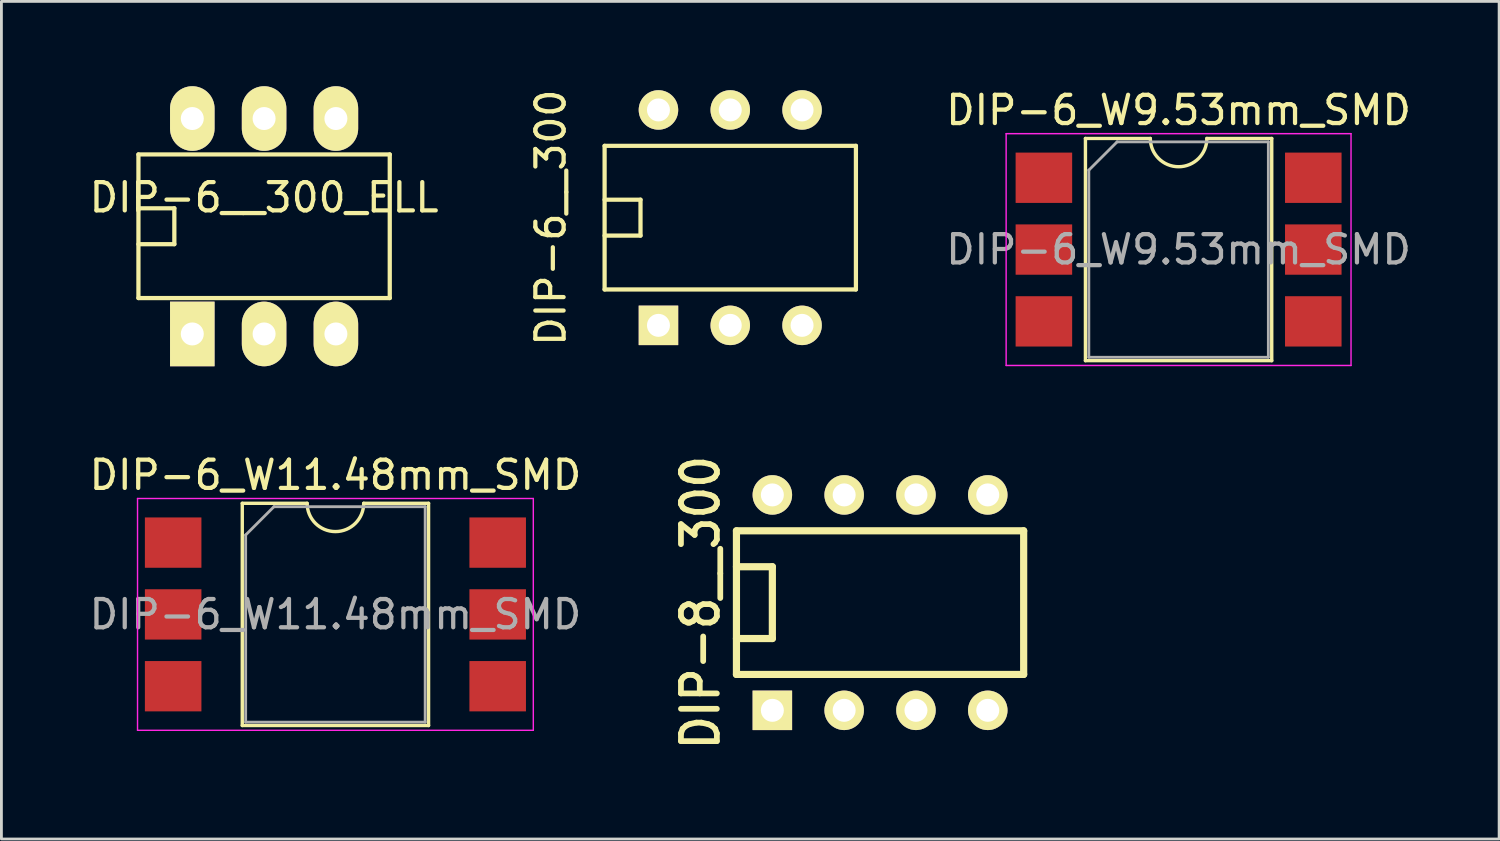
<source format=kicad_pcb>
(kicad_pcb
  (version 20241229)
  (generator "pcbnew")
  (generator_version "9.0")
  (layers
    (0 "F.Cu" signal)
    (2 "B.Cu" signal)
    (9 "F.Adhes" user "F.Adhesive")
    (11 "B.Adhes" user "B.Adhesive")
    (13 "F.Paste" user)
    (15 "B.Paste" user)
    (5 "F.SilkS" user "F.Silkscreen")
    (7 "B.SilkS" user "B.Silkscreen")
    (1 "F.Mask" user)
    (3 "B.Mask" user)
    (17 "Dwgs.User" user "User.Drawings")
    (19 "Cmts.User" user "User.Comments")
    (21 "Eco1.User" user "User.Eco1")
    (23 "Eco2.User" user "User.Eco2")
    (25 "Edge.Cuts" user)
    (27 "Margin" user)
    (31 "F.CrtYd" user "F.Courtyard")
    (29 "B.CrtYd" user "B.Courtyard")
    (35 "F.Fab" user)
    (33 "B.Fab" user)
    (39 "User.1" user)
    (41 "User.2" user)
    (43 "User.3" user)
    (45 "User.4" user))
  (footprint "DIP-6__300_ELL"
    (layer "F.Cu")
    (at 6.292 4.953)
    (property "Reference" "DIP-6__300_ELL" (at 0 -1.016 0) (layer "F.SilkS") (effects (font (size 1 1) (thickness 0.15))))
    (attr through_hole)
    (fp_line (start -4.445 -2.54) (end 4.445 -2.54) (stroke (width 0.15) (type solid)) (layer "F.SilkS"))
    (fp_line (start -4.445 -0.635) (end -3.175 -0.635) (stroke (width 0.15) (type solid)) (layer "F.SilkS"))
    (fp_line (start -4.445 2.54) (end -4.445 -2.54) (stroke (width 0.15) (type solid)) (layer "F.SilkS"))
    (fp_line (start -3.175 -0.635) (end -3.175 0.635) (stroke (width 0.15) (type solid)) (layer "F.SilkS"))
    (fp_line (start -3.175 0.635) (end -4.445 0.635) (stroke (width 0.15) (type solid)) (layer "F.SilkS"))
    (fp_line (start 4.445 -2.54) (end 4.445 2.54) (stroke (width 0.15) (type solid)) (layer "F.SilkS"))
    (fp_line (start 4.445 2.54) (end -4.445 2.54) (stroke (width 0.15) (type solid)) (layer "F.SilkS"))
    (pad "1" thru_hole rect (at -2.54 3.81) (size 1.575 2.286) (drill 0.813) (layers "*.Cu" "*.Mask" "F.SilkS"))
    (pad "2" thru_hole oval (at 0 3.81) (size 1.575 2.286) (drill 0.813) (layers "*.Cu" "*.Mask" "F.SilkS"))
    (pad "3" thru_hole oval (at 2.54 3.81) (size 1.575 2.286) (drill 0.813) (layers "*.Cu" "*.Mask" "F.SilkS"))
    (pad "4" thru_hole oval (at 2.54 -3.81) (size 1.575 2.286) (drill 0.813) (layers "*.Cu" "*.Mask" "F.SilkS"))
    (pad "5" thru_hole oval (at 0 -3.81) (size 1.575 2.286) (drill 0.813) (layers "*.Cu" "*.Mask" "F.SilkS"))
    (pad "6" thru_hole oval (at -2.54 -3.81) (size 1.575 2.286) (drill 0.813) (layers "*.Cu" "*.Mask" "F.SilkS")))
  (footprint "DIP-8__300"
    (layer "F.Cu")
    (at 28.081 18.267)
    (property "Reference" "DIP-8__300" (at -6.35 0 90) (layer "F.SilkS") (effects (font (size 1.27 1.143) (thickness 0.203))))
    (attr through_hole)
    (fp_line (start -5.08 -2.54) (end 5.08 -2.54) (stroke (width 0.254) (type solid)) (layer "F.SilkS"))
    (fp_line (start -5.08 -1.27) (end -3.81 -1.27) (stroke (width 0.254) (type solid)) (layer "F.SilkS"))
    (fp_line (start -5.08 2.54) (end -5.08 -2.54) (stroke (width 0.254) (type solid)) (layer "F.SilkS"))
    (fp_line (start -3.81 -1.27) (end -3.81 1.27) (stroke (width 0.254) (type solid)) (layer "F.SilkS"))
    (fp_line (start -3.81 1.27) (end -5.08 1.27) (stroke (width 0.254) (type solid)) (layer "F.SilkS"))
    (fp_line (start 5.08 -2.54) (end 5.08 2.54) (stroke (width 0.254) (type solid)) (layer "F.SilkS"))
    (fp_line (start 5.08 2.54) (end -5.08 2.54) (stroke (width 0.254) (type solid)) (layer "F.SilkS"))
    (pad "1" thru_hole rect (at -3.81 3.81) (size 1.397 1.397) (drill 0.813) (layers "*.Cu" "*.Mask" "F.SilkS"))
    (pad "2" thru_hole circle (at -1.27 3.81) (size 1.397 1.397) (drill 0.813) (layers "*.Cu" "*.Mask" "F.SilkS"))
    (pad "3" thru_hole circle (at 1.27 3.81) (size 1.397 1.397) (drill 0.813) (layers "*.Cu" "*.Mask" "F.SilkS"))
    (pad "4" thru_hole circle (at 3.81 3.81) (size 1.397 1.397) (drill 0.813) (layers "*.Cu" "*.Mask" "F.SilkS"))
    (pad "5" thru_hole circle (at 3.81 -3.81) (size 1.397 1.397) (drill 0.813) (layers "*.Cu" "*.Mask" "F.SilkS"))
    (pad "6" thru_hole circle (at 1.27 -3.81) (size 1.397 1.397) (drill 0.813) (layers "*.Cu" "*.Mask" "F.SilkS"))
    (pad "7" thru_hole circle (at -1.27 -3.81) (size 1.397 1.397) (drill 0.813) (layers "*.Cu" "*.Mask" "F.SilkS"))
    (pad "8" thru_hole circle (at -3.81 -3.81) (size 1.397 1.397) (drill 0.813) (layers "*.Cu" "*.Mask" "F.SilkS")))
  (footprint "DIP-6__300"
    (layer "F.Cu")
    (at 22.782 4.649)
    (property "Reference" "DIP-6__300" (at -6.35 0 90) (layer "F.SilkS") (effects (font (size 1 1) (thickness 0.15))))
    (attr through_hole)
    (fp_line (start -4.445 -2.54) (end 4.445 -2.54) (stroke (width 0.15) (type solid)) (layer "F.SilkS"))
    (fp_line (start -4.445 -0.635) (end -3.175 -0.635) (stroke (width 0.15) (type solid)) (layer "F.SilkS"))
    (fp_line (start -4.445 2.54) (end -4.445 -2.54) (stroke (width 0.15) (type solid)) (layer "F.SilkS"))
    (fp_line (start -3.175 -0.635) (end -3.175 0.635) (stroke (width 0.15) (type solid)) (layer "F.SilkS"))
    (fp_line (start -3.175 0.635) (end -4.445 0.635) (stroke (width 0.15) (type solid)) (layer "F.SilkS"))
    (fp_line (start 4.445 -2.54) (end 4.445 2.54) (stroke (width 0.15) (type solid)) (layer "F.SilkS"))
    (fp_line (start 4.445 2.54) (end -4.445 2.54) (stroke (width 0.15) (type solid)) (layer "F.SilkS"))
    (pad "1" thru_hole rect (at -2.54 3.81) (size 1.397 1.397) (drill 0.813) (layers "*.Cu" "*.Mask" "F.SilkS"))
    (pad "2" thru_hole circle (at 0 3.81) (size 1.397 1.397) (drill 0.813) (layers "*.Cu" "*.Mask" "F.SilkS"))
    (pad "3" thru_hole circle (at 2.54 3.81) (size 1.397 1.397) (drill 0.813) (layers "*.Cu" "*.Mask" "F.SilkS"))
    (pad "4" thru_hole circle (at 2.54 -3.81) (size 1.397 1.397) (drill 0.813) (layers "*.Cu" "*.Mask" "F.SilkS"))
    (pad "5" thru_hole circle (at 0 -3.81) (size 1.397 1.397) (drill 0.813) (layers "*.Cu" "*.Mask" "F.SilkS"))
    (pad "6" thru_hole circle (at -2.54 -3.81) (size 1.397 1.397) (drill 0.813) (layers "*.Cu" "*.Mask" "F.SilkS")))
  (footprint "DIP-6_W11.48mm_SMD"
    (layer "F.Cu")
    (at 8.815 18.684)
    (property "Reference" "DIP-6_W11.48mm_SMD" (at 0 -4.93 0) (layer "F.SilkS") (effects (font (size 1 1) (thickness 0.15))))
    (attr smd)
    (fp_line (start -3.295 -3.93) (end -3.295 3.93) (stroke (width 0.12) (type solid)) (layer "F.SilkS"))
    (fp_line (start -3.295 3.93) (end 3.295 3.93) (stroke (width 0.12) (type solid)) (layer "F.SilkS"))
    (fp_line (start -1 -3.93) (end -3.295 -3.93) (stroke (width 0.12) (type solid)) (layer "F.SilkS"))
    (fp_line (start 3.295 -3.93) (end 1 -3.93) (stroke (width 0.12) (type solid)) (layer "F.SilkS"))
    (fp_line (start 3.295 3.93) (end 3.295 -3.93) (stroke (width 0.12) (type solid)) (layer "F.SilkS"))
    (fp_arc (start 1 -3.93) (mid 0 -2.93) (end -1 -3.93) (stroke (width 0.12) (type solid)) (layer "F.SilkS"))
    (fp_line (start -7 -4.1) (end -7 4.1) (stroke (width 0.05) (type solid)) (layer "F.CrtYd"))
    (fp_line (start -7 4.1) (end 7 4.1) (stroke (width 0.05) (type solid)) (layer "F.CrtYd"))
    (fp_line (start 7 -4.1) (end -7 -4.1) (stroke (width 0.05) (type solid)) (layer "F.CrtYd"))
    (fp_line (start 7 4.1) (end 7 -4.1) (stroke (width 0.05) (type solid)) (layer "F.CrtYd"))
    (fp_line (start -3.175 -2.81) (end -2.175 -3.81) (stroke (width 0.1) (type solid)) (layer "F.Fab"))
    (fp_line (start -3.175 3.81) (end -3.175 -2.81) (stroke (width 0.1) (type solid)) (layer "F.Fab"))
    (fp_line (start -2.175 -3.81) (end 3.175 -3.81) (stroke (width 0.1) (type solid)) (layer "F.Fab"))
    (fp_line (start 3.175 -3.81) (end 3.175 3.81) (stroke (width 0.1) (type solid)) (layer "F.Fab"))
    (fp_line (start 3.175 3.81) (end -3.175 3.81) (stroke (width 0.1) (type solid)) (layer "F.Fab"))
    (fp_text user "${REFERENCE}" (at 0 0 0) (layer "F.Fab") (effects (font (size 1 1) (thickness 0.15))))
    (pad "1" smd rect (at -5.74 -2.54) (size 2 1.78) (layers "F.Cu" "F.Mask" "F.Paste"))
    (pad "2" smd rect (at -5.74 0) (size 2 1.78) (layers "F.Cu" "F.Mask" "F.Paste"))
    (pad "3" smd rect (at -5.74 2.54) (size 2 1.78) (layers "F.Cu" "F.Mask" "F.Paste"))
    (pad "4" smd rect (at 5.74 2.54) (size 2 1.78) (layers "F.Cu" "F.Mask" "F.Paste"))
    (pad "5" smd rect (at 5.74 0) (size 2 1.78) (layers "F.Cu" "F.Mask" "F.Paste"))
    (pad "6" smd rect (at 5.74 -2.54) (size 2 1.78) (layers "F.Cu" "F.Mask" "F.Paste")))
  (footprint "DIP-6_W9.53mm_SMD"
    (layer "F.Cu")
    (at 38.641 5.778)
    (property "Reference" "DIP-6_W9.53mm_SMD" (at 0 -4.93 0) (layer "F.SilkS") (effects (font (size 1 1) (thickness 0.15))))
    (attr smd)
    (fp_line (start -3.295 -3.93) (end -3.295 3.93) (stroke (width 0.12) (type solid)) (layer "F.SilkS"))
    (fp_line (start -3.295 3.93) (end 3.295 3.93) (stroke (width 0.12) (type solid)) (layer "F.SilkS"))
    (fp_line (start -1 -3.93) (end -3.295 -3.93) (stroke (width 0.12) (type solid)) (layer "F.SilkS"))
    (fp_line (start 3.295 -3.93) (end 1 -3.93) (stroke (width 0.12) (type solid)) (layer "F.SilkS"))
    (fp_line (start 3.295 3.93) (end 3.295 -3.93) (stroke (width 0.12) (type solid)) (layer "F.SilkS"))
    (fp_arc (start 1 -3.93) (mid 0 -2.93) (end -1 -3.93) (stroke (width 0.12) (type solid)) (layer "F.SilkS"))
    (fp_line (start -6.1 -4.1) (end -6.1 4.1) (stroke (width 0.05) (type solid)) (layer "F.CrtYd"))
    (fp_line (start -6.1 4.1) (end 6.1 4.1) (stroke (width 0.05) (type solid)) (layer "F.CrtYd"))
    (fp_line (start 6.1 -4.1) (end -6.1 -4.1) (stroke (width 0.05) (type solid)) (layer "F.CrtYd"))
    (fp_line (start 6.1 4.1) (end 6.1 -4.1) (stroke (width 0.05) (type solid)) (layer "F.CrtYd"))
    (fp_line (start -3.175 -2.81) (end -2.175 -3.81) (stroke (width 0.1) (type solid)) (layer "F.Fab"))
    (fp_line (start -3.175 3.81) (end -3.175 -2.81) (stroke (width 0.1) (type solid)) (layer "F.Fab"))
    (fp_line (start -2.175 -3.81) (end 3.175 -3.81) (stroke (width 0.1) (type solid)) (layer "F.Fab"))
    (fp_line (start 3.175 -3.81) (end 3.175 3.81) (stroke (width 0.1) (type solid)) (layer "F.Fab"))
    (fp_line (start 3.175 3.81) (end -3.175 3.81) (stroke (width 0.1) (type solid)) (layer "F.Fab"))
    (fp_text user "${REFERENCE}" (at 0 0 0) (layer "F.Fab") (effects (font (size 1 1) (thickness 0.15))))
    (pad "1" smd rect (at -4.765 -2.54) (size 2 1.78) (layers "F.Cu" "F.Mask" "F.Paste"))
    (pad "2" smd rect (at -4.765 0) (size 2 1.78) (layers "F.Cu" "F.Mask" "F.Paste"))
    (pad "3" smd rect (at -4.765 2.54) (size 2 1.78) (layers "F.Cu" "F.Mask" "F.Paste"))
    (pad "4" smd rect (at 4.765 2.54) (size 2 1.78) (layers "F.Cu" "F.Mask" "F.Paste"))
    (pad "5" smd rect (at 4.765 0) (size 2 1.78) (layers "F.Cu" "F.Mask" "F.Paste"))
    (pad "6" smd rect (at 4.765 -2.54) (size 2 1.78) (layers "F.Cu" "F.Mask" "F.Paste")))
  (gr_rect
    (start -3 -3)
    (end 49.98 26.628)
    (stroke (width 0.1) (type default))
    (fill no)
    (layer "Edge.Cuts")))
</source>
